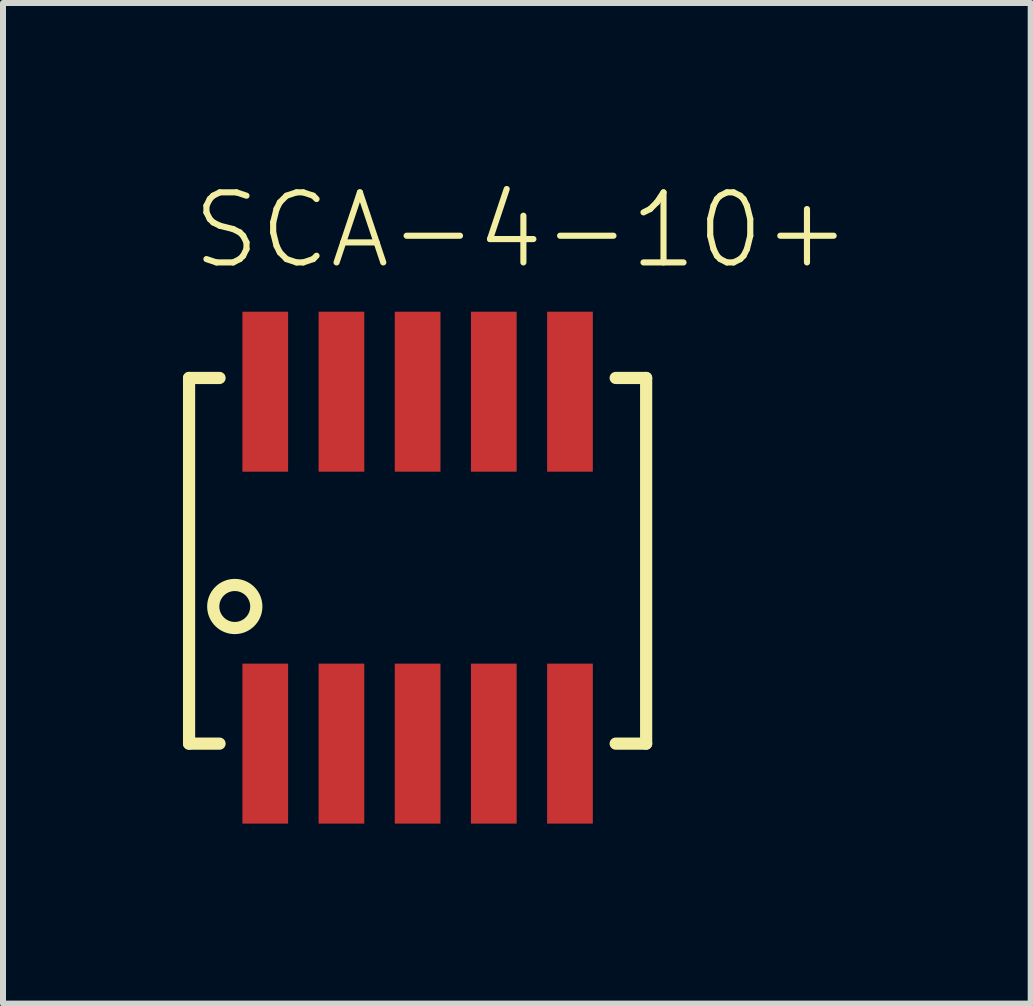
<source format=kicad_pcb>
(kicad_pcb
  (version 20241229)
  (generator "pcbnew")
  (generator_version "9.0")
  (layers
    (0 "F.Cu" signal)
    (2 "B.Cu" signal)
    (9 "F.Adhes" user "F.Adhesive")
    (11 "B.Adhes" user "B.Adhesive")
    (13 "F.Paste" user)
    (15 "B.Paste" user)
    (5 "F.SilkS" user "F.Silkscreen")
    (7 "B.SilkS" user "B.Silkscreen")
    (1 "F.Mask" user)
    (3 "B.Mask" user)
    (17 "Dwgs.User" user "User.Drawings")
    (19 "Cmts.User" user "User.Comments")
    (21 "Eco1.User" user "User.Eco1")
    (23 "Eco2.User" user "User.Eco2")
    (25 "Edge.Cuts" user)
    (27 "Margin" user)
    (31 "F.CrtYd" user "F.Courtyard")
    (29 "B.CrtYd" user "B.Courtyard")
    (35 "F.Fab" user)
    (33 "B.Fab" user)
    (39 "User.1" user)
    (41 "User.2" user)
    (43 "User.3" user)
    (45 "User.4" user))
  (footprint "SCA-4-10+"
    (layer "F.Cu")
    (at 1.372 9.093)
    (property "Reference" "SCA-4-10+" (at -1.27 -7.62 0) (unlocked yes) (layer "F.SilkS") (effects (font (size 1.168 1.168) (thickness 0.102)) (justify left bottom)))
    (fp_line (start -1.27 -5.842) (end -0.762 -5.842) (stroke (width 0.203) (type solid)) (layer "F.SilkS"))
    (fp_line (start -1.27 0.254) (end -1.27 -5.842) (stroke (width 0.203) (type solid)) (layer "F.SilkS"))
    (fp_line (start -0.762 0.254) (end -1.27 0.254) (stroke (width 0.203) (type solid)) (layer "F.SilkS"))
    (fp_line (start 5.842 0.254) (end 6.35 0.254) (stroke (width 0.203) (type solid)) (layer "F.SilkS"))
    (fp_line (start 6.35 -5.842) (end 5.842 -5.842) (stroke (width 0.203) (type solid)) (layer "F.SilkS"))
    (fp_line (start 6.35 0.254) (end 6.35 -5.842) (stroke (width 0.203) (type solid)) (layer "F.SilkS"))
    (fp_circle (center -0.508 -2.032) (end -0.149 -2.032) (stroke (width 0.203) (type solid)) (fill no) (layer "F.SilkS"))
    (pad "P$1" smd rect (at 0 0.254 90) (size 2.667 0.762) (layers "F.Cu" "F.Mask" "F.Paste"))
    (pad "P$2" smd rect (at 1.27 0.254 90) (size 2.667 0.762) (layers "F.Cu" "F.Mask" "F.Paste"))
    (pad "P$3" smd rect (at 2.54 0.254 90) (size 2.667 0.762) (layers "F.Cu" "F.Mask" "F.Paste"))
    (pad "P$4" smd rect (at 3.81 0.254 90) (size 2.667 0.762) (layers "F.Cu" "F.Mask" "F.Paste"))
    (pad "P$5" smd rect (at 5.08 0.254 90) (size 2.667 0.762) (layers "F.Cu" "F.Mask" "F.Paste"))
    (pad "P$6" smd rect (at 5.08 -5.613 90) (size 2.667 0.762) (layers "F.Cu" "F.Mask" "F.Paste"))
    (pad "P$7" smd rect (at 3.81 -5.613 90) (size 2.667 0.762) (layers "F.Cu" "F.Mask" "F.Paste"))
    (pad "P$8" smd rect (at 2.54 -5.613 90) (size 2.667 0.762) (layers "F.Cu" "F.Mask" "F.Paste"))
    (pad "P$9" smd rect (at 1.27 -5.613 90) (size 2.667 0.762) (layers "F.Cu" "F.Mask" "F.Paste"))
    (pad "P$10" smd rect (at 0 -5.613 90) (size 2.667 0.762) (layers "F.Cu" "F.Mask" "F.Paste")))
  (gr_rect
    (start -3 -3)
    (end 14.133 13.681)
    (stroke (width 0.1) (type default))
    (fill no)
    (layer "Edge.Cuts")))
</source>
